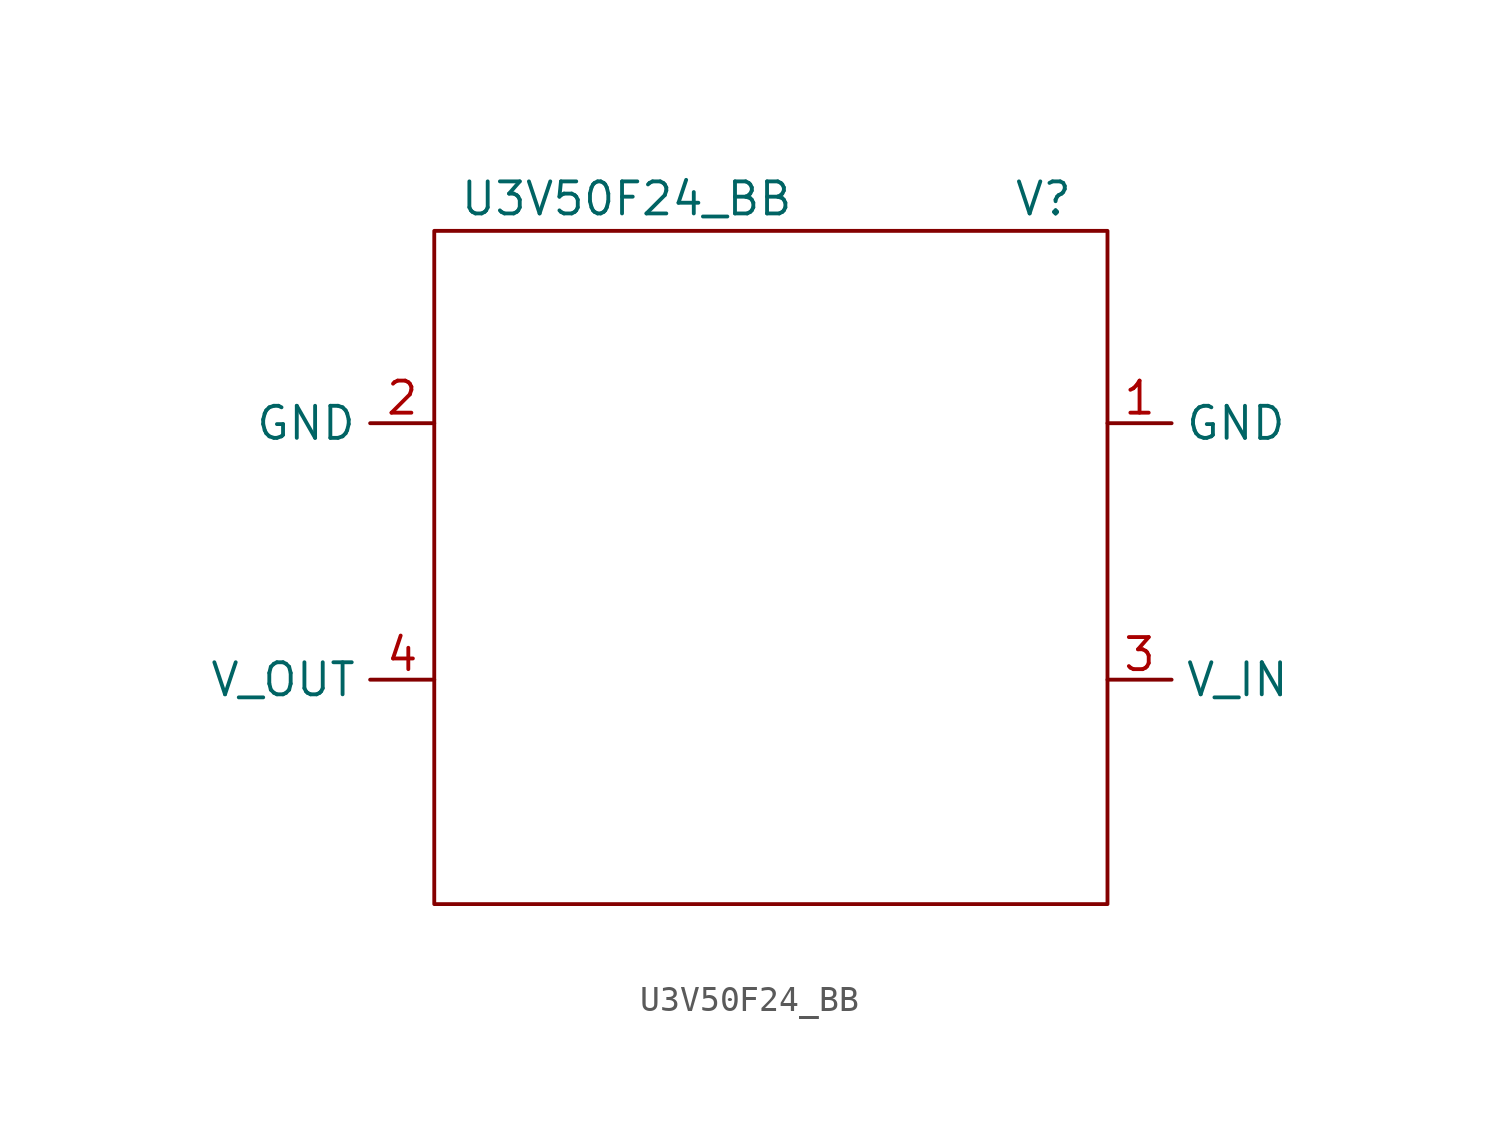
<source format=kicad_sym>
(kicad_symbol_lib
  (version 20211014)
  (generator kicad_symbol_editor)
  (symbol "U3V50F24_BB"
    (property "Reference" "V"
      (at 24.13 1.27 0)
      (effects (font (size 1.27 1.27))))
    (property "Value" "U3V50F24_BB"
      (at 7.62 1.27 0)
      (effects (font (size 1.27 1.27))))
    (symbol "U3V50F24_BB_0_1"
      (rectangle (start 0 0) (end 26.67 -26.67) (stroke (width 0) (type default) (color 0 0 0 0)) (fill (type none))))
    (symbol "U3V50F24_BB_1_1"
      (pin power_in line (at 26.67 -7.62 0) (length 2.54) (name "GND" (effects (font (size 1.27 1.27)))) (number "1" (effects (font (size 1.27 1.27)))))
      (pin power_out line (at 0 -7.62 180) (length 2.54) (name "GND" (effects (font (size 1.27 1.27)))) (number "2" (effects (font (size 1.27 1.27)))))
      (pin power_in line (at 26.67 -17.78 0) (length 2.54) (name "V_IN" (effects (font (size 1.27 1.27)))) (number "3" (effects (font (size 1.27 1.27)))))
      (pin power_out line (at 0 -17.78 180) (length 2.54) (name "V_OUT" (effects (font (size 1.27 1.27)))) (number "4" (effects (font (size 1.27 1.27))))))))
</source>
